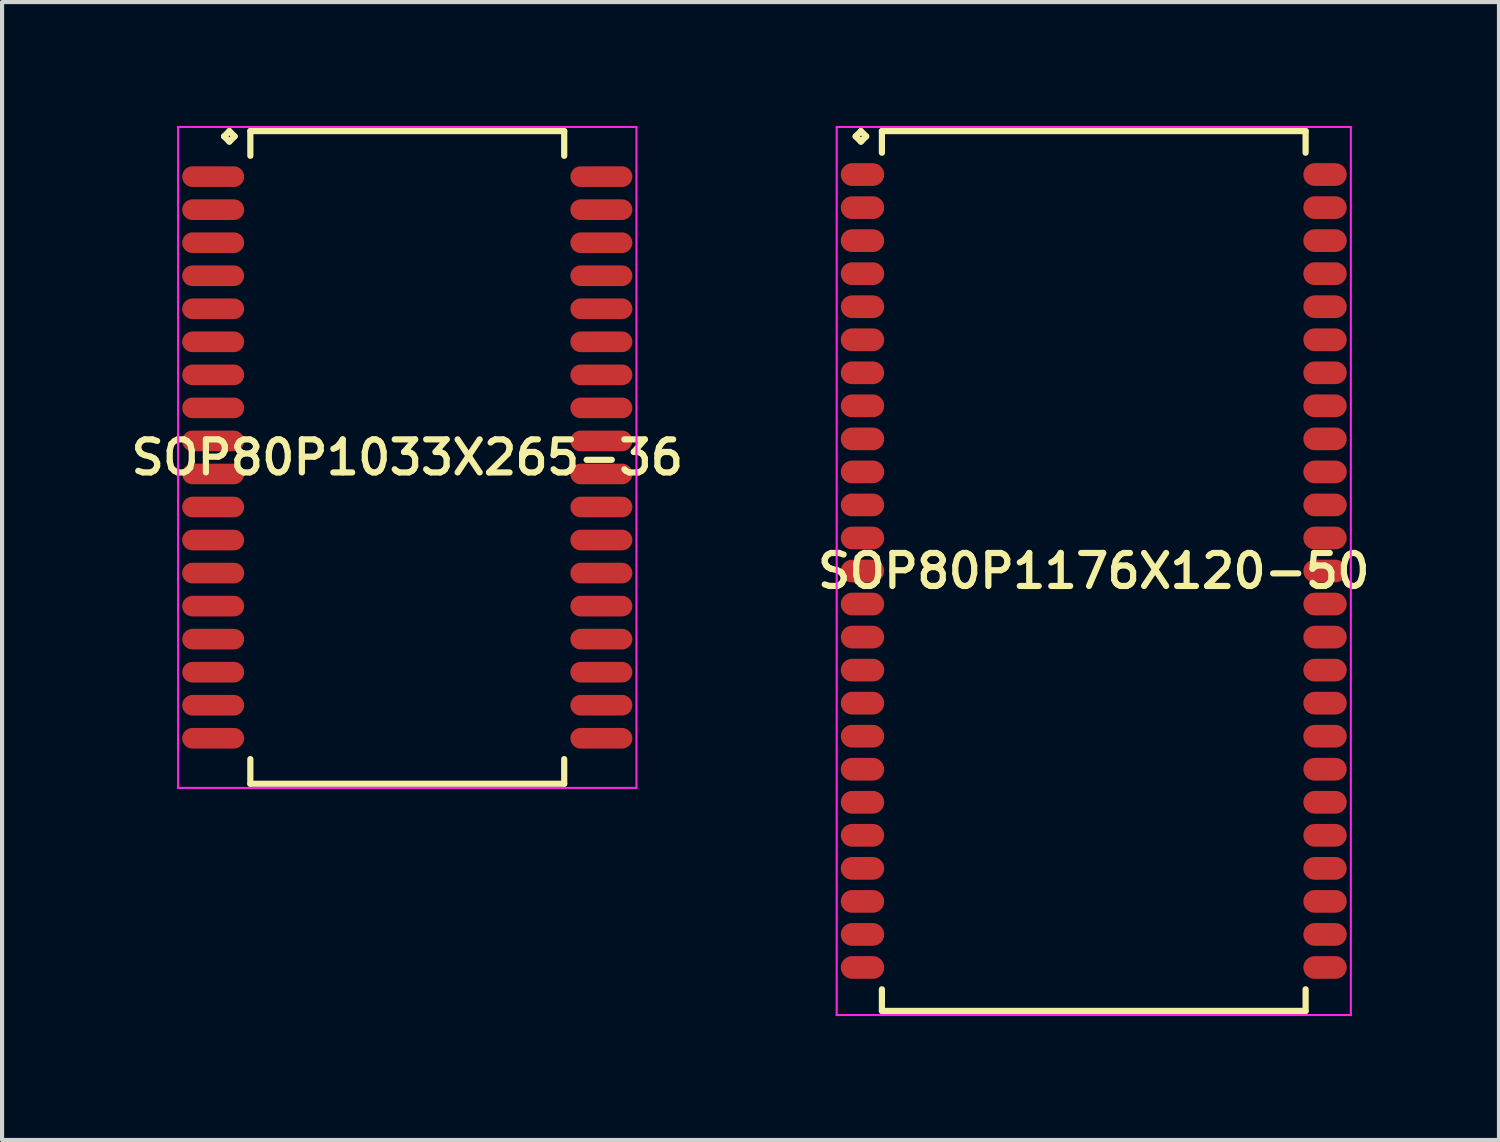
<source format=kicad_pcb>
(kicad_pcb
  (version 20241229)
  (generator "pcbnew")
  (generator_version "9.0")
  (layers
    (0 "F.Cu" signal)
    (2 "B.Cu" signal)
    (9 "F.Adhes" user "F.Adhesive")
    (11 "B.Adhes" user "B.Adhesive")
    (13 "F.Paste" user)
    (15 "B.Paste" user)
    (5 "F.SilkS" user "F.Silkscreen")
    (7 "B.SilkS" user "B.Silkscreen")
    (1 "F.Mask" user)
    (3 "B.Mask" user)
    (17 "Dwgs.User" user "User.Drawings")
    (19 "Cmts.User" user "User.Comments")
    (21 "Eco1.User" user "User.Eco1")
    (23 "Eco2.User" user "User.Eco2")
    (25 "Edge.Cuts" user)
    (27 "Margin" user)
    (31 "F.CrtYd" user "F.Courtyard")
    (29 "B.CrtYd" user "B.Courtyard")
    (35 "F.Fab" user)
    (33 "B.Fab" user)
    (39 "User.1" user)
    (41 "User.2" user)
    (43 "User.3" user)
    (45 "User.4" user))
  (footprint "SOP80P1033X265-36"
    (layer "F.Cu")
    (at 6.812 8.027)
    (property "Reference" "SOP80P1033X265-36" (at 0 0 0) (layer "F.SilkS") (effects (font (size 0.8 0.8) (thickness 0.15))))
    (attr smd)
    (fp_line (start -4.435 -7.775) (end -4.308 -7.902) (stroke (width 0.15) (type solid)) (layer "F.SilkS"))
    (fp_line (start -4.308 -7.902) (end -4.181 -7.775) (stroke (width 0.15) (type solid)) (layer "F.SilkS"))
    (fp_line (start -4.308 -7.648) (end -4.435 -7.775) (stroke (width 0.15) (type solid)) (layer "F.SilkS"))
    (fp_line (start -4.181 -7.775) (end -4.308 -7.648) (stroke (width 0.15) (type solid)) (layer "F.SilkS"))
    (fp_line (start -3.8 -7.902) (end 3.8 -7.902) (stroke (width 0.15) (type solid)) (layer "F.SilkS"))
    (fp_line (start -3.8 -7.304) (end -3.8 -7.902) (stroke (width 0.15) (type solid)) (layer "F.SilkS"))
    (fp_line (start -3.8 7.304) (end -3.8 7.902) (stroke (width 0.15) (type solid)) (layer "F.SilkS"))
    (fp_line (start -3.8 7.902) (end 3.8 7.902) (stroke (width 0.15) (type solid)) (layer "F.SilkS"))
    (fp_line (start 3.8 -7.902) (end 3.8 -7.304) (stroke (width 0.15) (type solid)) (layer "F.SilkS"))
    (fp_line (start 3.8 7.902) (end 3.8 7.304) (stroke (width 0.15) (type solid)) (layer "F.SilkS"))
    (fp_line (start -5.55 -8.002) (end 5.55 -8.002) (stroke (width 0.05) (type solid)) (layer "F.CrtYd"))
    (fp_line (start -5.55 8.002) (end -5.55 -8.002) (stroke (width 0.05) (type solid)) (layer "F.CrtYd"))
    (fp_line (start 5.55 -8.002) (end 5.55 8.002) (stroke (width 0.05) (type solid)) (layer "F.CrtYd"))
    (fp_line (start 5.55 8.002) (end -5.55 8.002) (stroke (width 0.05) (type solid)) (layer "F.CrtYd"))
    (pad "1" smd oval (at -4.7 -6.8) (size 1.5 0.5) (layers "F.Cu" "F.Mask" "F.Paste"))
    (pad "2" smd oval (at -4.7 -6) (size 1.5 0.5) (layers "F.Cu" "F.Mask" "F.Paste"))
    (pad "3" smd oval (at -4.7 -5.2) (size 1.5 0.5) (layers "F.Cu" "F.Mask" "F.Paste"))
    (pad "4" smd oval (at -4.7 -4.4) (size 1.5 0.5) (layers "F.Cu" "F.Mask" "F.Paste"))
    (pad "5" smd oval (at -4.7 -3.6) (size 1.5 0.5) (layers "F.Cu" "F.Mask" "F.Paste"))
    (pad "6" smd oval (at -4.7 -2.8) (size 1.5 0.5) (layers "F.Cu" "F.Mask" "F.Paste"))
    (pad "7" smd oval (at -4.7 -2) (size 1.5 0.5) (layers "F.Cu" "F.Mask" "F.Paste"))
    (pad "8" smd oval (at -4.7 -1.2) (size 1.5 0.5) (layers "F.Cu" "F.Mask" "F.Paste"))
    (pad "9" smd oval (at -4.7 -0.4) (size 1.5 0.5) (layers "F.Cu" "F.Mask" "F.Paste"))
    (pad "10" smd oval (at -4.7 0.4) (size 1.5 0.5) (layers "F.Cu" "F.Mask" "F.Paste"))
    (pad "11" smd oval (at -4.7 1.2) (size 1.5 0.5) (layers "F.Cu" "F.Mask" "F.Paste"))
    (pad "12" smd oval (at -4.7 2) (size 1.5 0.5) (layers "F.Cu" "F.Mask" "F.Paste"))
    (pad "13" smd oval (at -4.7 2.8) (size 1.5 0.5) (layers "F.Cu" "F.Mask" "F.Paste"))
    (pad "14" smd oval (at -4.7 3.6) (size 1.5 0.5) (layers "F.Cu" "F.Mask" "F.Paste"))
    (pad "15" smd oval (at -4.7 4.4) (size 1.5 0.5) (layers "F.Cu" "F.Mask" "F.Paste"))
    (pad "16" smd oval (at -4.7 5.2) (size 1.5 0.5) (layers "F.Cu" "F.Mask" "F.Paste"))
    (pad "17" smd oval (at -4.7 6) (size 1.5 0.5) (layers "F.Cu" "F.Mask" "F.Paste"))
    (pad "18" smd oval (at -4.7 6.8) (size 1.5 0.5) (layers "F.Cu" "F.Mask" "F.Paste"))
    (pad "19" smd oval (at 4.7 6.8) (size 1.5 0.5) (layers "F.Cu" "F.Mask" "F.Paste"))
    (pad "20" smd oval (at 4.7 6) (size 1.5 0.5) (layers "F.Cu" "F.Mask" "F.Paste"))
    (pad "21" smd oval (at 4.7 5.2) (size 1.5 0.5) (layers "F.Cu" "F.Mask" "F.Paste"))
    (pad "22" smd oval (at 4.7 4.4) (size 1.5 0.5) (layers "F.Cu" "F.Mask" "F.Paste"))
    (pad "23" smd oval (at 4.7 3.6) (size 1.5 0.5) (layers "F.Cu" "F.Mask" "F.Paste"))
    (pad "24" smd oval (at 4.7 2.8) (size 1.5 0.5) (layers "F.Cu" "F.Mask" "F.Paste"))
    (pad "25" smd oval (at 4.7 2) (size 1.5 0.5) (layers "F.Cu" "F.Mask" "F.Paste"))
    (pad "26" smd oval (at 4.7 1.2) (size 1.5 0.5) (layers "F.Cu" "F.Mask" "F.Paste"))
    (pad "27" smd oval (at 4.7 0.4) (size 1.5 0.5) (layers "F.Cu" "F.Mask" "F.Paste"))
    (pad "28" smd oval (at 4.7 -0.4) (size 1.5 0.5) (layers "F.Cu" "F.Mask" "F.Paste"))
    (pad "29" smd oval (at 4.7 -1.2) (size 1.5 0.5) (layers "F.Cu" "F.Mask" "F.Paste"))
    (pad "30" smd oval (at 4.7 -2) (size 1.5 0.5) (layers "F.Cu" "F.Mask" "F.Paste"))
    (pad "31" smd oval (at 4.7 -2.8) (size 1.5 0.5) (layers "F.Cu" "F.Mask" "F.Paste"))
    (pad "32" smd oval (at 4.7 -3.6) (size 1.5 0.5) (layers "F.Cu" "F.Mask" "F.Paste"))
    (pad "33" smd oval (at 4.7 -4.4) (size 1.5 0.5) (layers "F.Cu" "F.Mask" "F.Paste"))
    (pad "34" smd oval (at 4.7 -5.2) (size 1.5 0.5) (layers "F.Cu" "F.Mask" "F.Paste"))
    (pad "35" smd oval (at 4.7 -6) (size 1.5 0.5) (layers "F.Cu" "F.Mask" "F.Paste"))
    (pad "36" smd oval (at 4.7 -6.8) (size 1.5 0.5) (layers "F.Cu" "F.Mask" "F.Paste")))
  (footprint "SOP80P1176X120-50"
    (layer "F.Cu")
    (at 23.435 10.777)
    (property "Reference" "SOP80P1176X120-50" (at 0 0 0) (layer "F.SilkS") (effects (font (size 0.8 0.8) (thickness 0.15))))
    (attr smd)
    (fp_line (start -5.765 -10.525) (end -5.638 -10.652) (stroke (width 0.15) (type solid)) (layer "F.SilkS"))
    (fp_line (start -5.638 -10.652) (end -5.511 -10.525) (stroke (width 0.15) (type solid)) (layer "F.SilkS"))
    (fp_line (start -5.638 -10.398) (end -5.765 -10.525) (stroke (width 0.15) (type solid)) (layer "F.SilkS"))
    (fp_line (start -5.511 -10.525) (end -5.638 -10.398) (stroke (width 0.15) (type solid)) (layer "F.SilkS"))
    (fp_line (start -5.13 -10.652) (end 5.13 -10.652) (stroke (width 0.15) (type solid)) (layer "F.SilkS"))
    (fp_line (start -5.13 -10.129) (end -5.13 -10.652) (stroke (width 0.15) (type solid)) (layer "F.SilkS"))
    (fp_line (start -5.13 10.129) (end -5.13 10.652) (stroke (width 0.15) (type solid)) (layer "F.SilkS"))
    (fp_line (start -5.13 10.652) (end 5.13 10.652) (stroke (width 0.15) (type solid)) (layer "F.SilkS"))
    (fp_line (start 5.13 -10.652) (end 5.13 -10.129) (stroke (width 0.15) (type solid)) (layer "F.SilkS"))
    (fp_line (start 5.13 10.652) (end 5.13 10.129) (stroke (width 0.15) (type solid)) (layer "F.SilkS"))
    (fp_line (start -6.225 -10.752) (end 6.225 -10.752) (stroke (width 0.05) (type solid)) (layer "F.CrtYd"))
    (fp_line (start -6.225 10.752) (end -6.225 -10.752) (stroke (width 0.05) (type solid)) (layer "F.CrtYd"))
    (fp_line (start 6.225 -10.752) (end 6.225 10.752) (stroke (width 0.05) (type solid)) (layer "F.CrtYd"))
    (fp_line (start 6.225 10.752) (end -6.225 10.752) (stroke (width 0.05) (type solid)) (layer "F.CrtYd"))
    (pad "1" smd oval (at -5.6 -9.6) (size 1.05 0.55) (layers "F.Cu" "F.Mask" "F.Paste"))
    (pad "2" smd oval (at -5.6 -8.8) (size 1.05 0.55) (layers "F.Cu" "F.Mask" "F.Paste"))
    (pad "3" smd oval (at -5.6 -8) (size 1.05 0.55) (layers "F.Cu" "F.Mask" "F.Paste"))
    (pad "4" smd oval (at -5.6 -7.2) (size 1.05 0.55) (layers "F.Cu" "F.Mask" "F.Paste"))
    (pad "5" smd oval (at -5.6 -6.4) (size 1.05 0.55) (layers "F.Cu" "F.Mask" "F.Paste"))
    (pad "6" smd oval (at -5.6 -5.6) (size 1.05 0.55) (layers "F.Cu" "F.Mask" "F.Paste"))
    (pad "7" smd oval (at -5.6 -4.8) (size 1.05 0.55) (layers "F.Cu" "F.Mask" "F.Paste"))
    (pad "8" smd oval (at -5.6 -4) (size 1.05 0.55) (layers "F.Cu" "F.Mask" "F.Paste"))
    (pad "9" smd oval (at -5.6 -3.2) (size 1.05 0.55) (layers "F.Cu" "F.Mask" "F.Paste"))
    (pad "10" smd oval (at -5.6 -2.4) (size 1.05 0.55) (layers "F.Cu" "F.Mask" "F.Paste"))
    (pad "11" smd oval (at -5.6 -1.6) (size 1.05 0.55) (layers "F.Cu" "F.Mask" "F.Paste"))
    (pad "12" smd oval (at -5.6 -0.8) (size 1.05 0.55) (layers "F.Cu" "F.Mask" "F.Paste"))
    (pad "13" smd oval (at -5.6 0) (size 1.05 0.55) (layers "F.Cu" "F.Mask" "F.Paste"))
    (pad "14" smd oval (at -5.6 0.8) (size 1.05 0.55) (layers "F.Cu" "F.Mask" "F.Paste"))
    (pad "15" smd oval (at -5.6 1.6) (size 1.05 0.55) (layers "F.Cu" "F.Mask" "F.Paste"))
    (pad "16" smd oval (at -5.6 2.4) (size 1.05 0.55) (layers "F.Cu" "F.Mask" "F.Paste"))
    (pad "17" smd oval (at -5.6 3.2) (size 1.05 0.55) (layers "F.Cu" "F.Mask" "F.Paste"))
    (pad "18" smd oval (at -5.6 4) (size 1.05 0.55) (layers "F.Cu" "F.Mask" "F.Paste"))
    (pad "19" smd oval (at -5.6 4.8) (size 1.05 0.55) (layers "F.Cu" "F.Mask" "F.Paste"))
    (pad "20" smd oval (at -5.6 5.6) (size 1.05 0.55) (layers "F.Cu" "F.Mask" "F.Paste"))
    (pad "21" smd oval (at -5.6 6.4) (size 1.05 0.55) (layers "F.Cu" "F.Mask" "F.Paste"))
    (pad "22" smd oval (at -5.6 7.2) (size 1.05 0.55) (layers "F.Cu" "F.Mask" "F.Paste"))
    (pad "23" smd oval (at -5.6 8) (size 1.05 0.55) (layers "F.Cu" "F.Mask" "F.Paste"))
    (pad "24" smd oval (at -5.6 8.8) (size 1.05 0.55) (layers "F.Cu" "F.Mask" "F.Paste"))
    (pad "25" smd oval (at -5.6 9.6) (size 1.05 0.55) (layers "F.Cu" "F.Mask" "F.Paste"))
    (pad "26" smd oval (at 5.6 9.6) (size 1.05 0.55) (layers "F.Cu" "F.Mask" "F.Paste"))
    (pad "27" smd oval (at 5.6 8.8) (size 1.05 0.55) (layers "F.Cu" "F.Mask" "F.Paste"))
    (pad "28" smd oval (at 5.6 8) (size 1.05 0.55) (layers "F.Cu" "F.Mask" "F.Paste"))
    (pad "29" smd oval (at 5.6 7.2) (size 1.05 0.55) (layers "F.Cu" "F.Mask" "F.Paste"))
    (pad "30" smd oval (at 5.6 6.4) (size 1.05 0.55) (layers "F.Cu" "F.Mask" "F.Paste"))
    (pad "31" smd oval (at 5.6 5.6) (size 1.05 0.55) (layers "F.Cu" "F.Mask" "F.Paste"))
    (pad "32" smd oval (at 5.6 4.8) (size 1.05 0.55) (layers "F.Cu" "F.Mask" "F.Paste"))
    (pad "33" smd oval (at 5.6 4) (size 1.05 0.55) (layers "F.Cu" "F.Mask" "F.Paste"))
    (pad "34" smd oval (at 5.6 3.2) (size 1.05 0.55) (layers "F.Cu" "F.Mask" "F.Paste"))
    (pad "35" smd oval (at 5.6 2.4) (size 1.05 0.55) (layers "F.Cu" "F.Mask" "F.Paste"))
    (pad "36" smd oval (at 5.6 1.6) (size 1.05 0.55) (layers "F.Cu" "F.Mask" "F.Paste"))
    (pad "37" smd oval (at 5.6 0.8) (size 1.05 0.55) (layers "F.Cu" "F.Mask" "F.Paste"))
    (pad "38" smd oval (at 5.6 0) (size 1.05 0.55) (layers "F.Cu" "F.Mask" "F.Paste"))
    (pad "39" smd oval (at 5.6 -0.8) (size 1.05 0.55) (layers "F.Cu" "F.Mask" "F.Paste"))
    (pad "40" smd oval (at 5.6 -1.6) (size 1.05 0.55) (layers "F.Cu" "F.Mask" "F.Paste"))
    (pad "41" smd oval (at 5.6 -2.4) (size 1.05 0.55) (layers "F.Cu" "F.Mask" "F.Paste"))
    (pad "42" smd oval (at 5.6 -3.2) (size 1.05 0.55) (layers "F.Cu" "F.Mask" "F.Paste"))
    (pad "43" smd oval (at 5.6 -4) (size 1.05 0.55) (layers "F.Cu" "F.Mask" "F.Paste"))
    (pad "44" smd oval (at 5.6 -4.8) (size 1.05 0.55) (layers "F.Cu" "F.Mask" "F.Paste"))
    (pad "45" smd oval (at 5.6 -5.6) (size 1.05 0.55) (layers "F.Cu" "F.Mask" "F.Paste"))
    (pad "46" smd oval (at 5.6 -6.4) (size 1.05 0.55) (layers "F.Cu" "F.Mask" "F.Paste"))
    (pad "47" smd oval (at 5.6 -7.2) (size 1.05 0.55) (layers "F.Cu" "F.Mask" "F.Paste"))
    (pad "48" smd oval (at 5.6 -8) (size 1.05 0.55) (layers "F.Cu" "F.Mask" "F.Paste"))
    (pad "49" smd oval (at 5.6 -8.8) (size 1.05 0.55) (layers "F.Cu" "F.Mask" "F.Paste"))
    (pad "50" smd oval (at 5.6 -9.6) (size 1.05 0.55) (layers "F.Cu" "F.Mask" "F.Paste")))
  (gr_rect
    (start -3 -3)
    (end 33.247 24.554)
    (stroke (width 0.1) (type default))
    (fill no)
    (layer "Edge.Cuts")))
</source>
